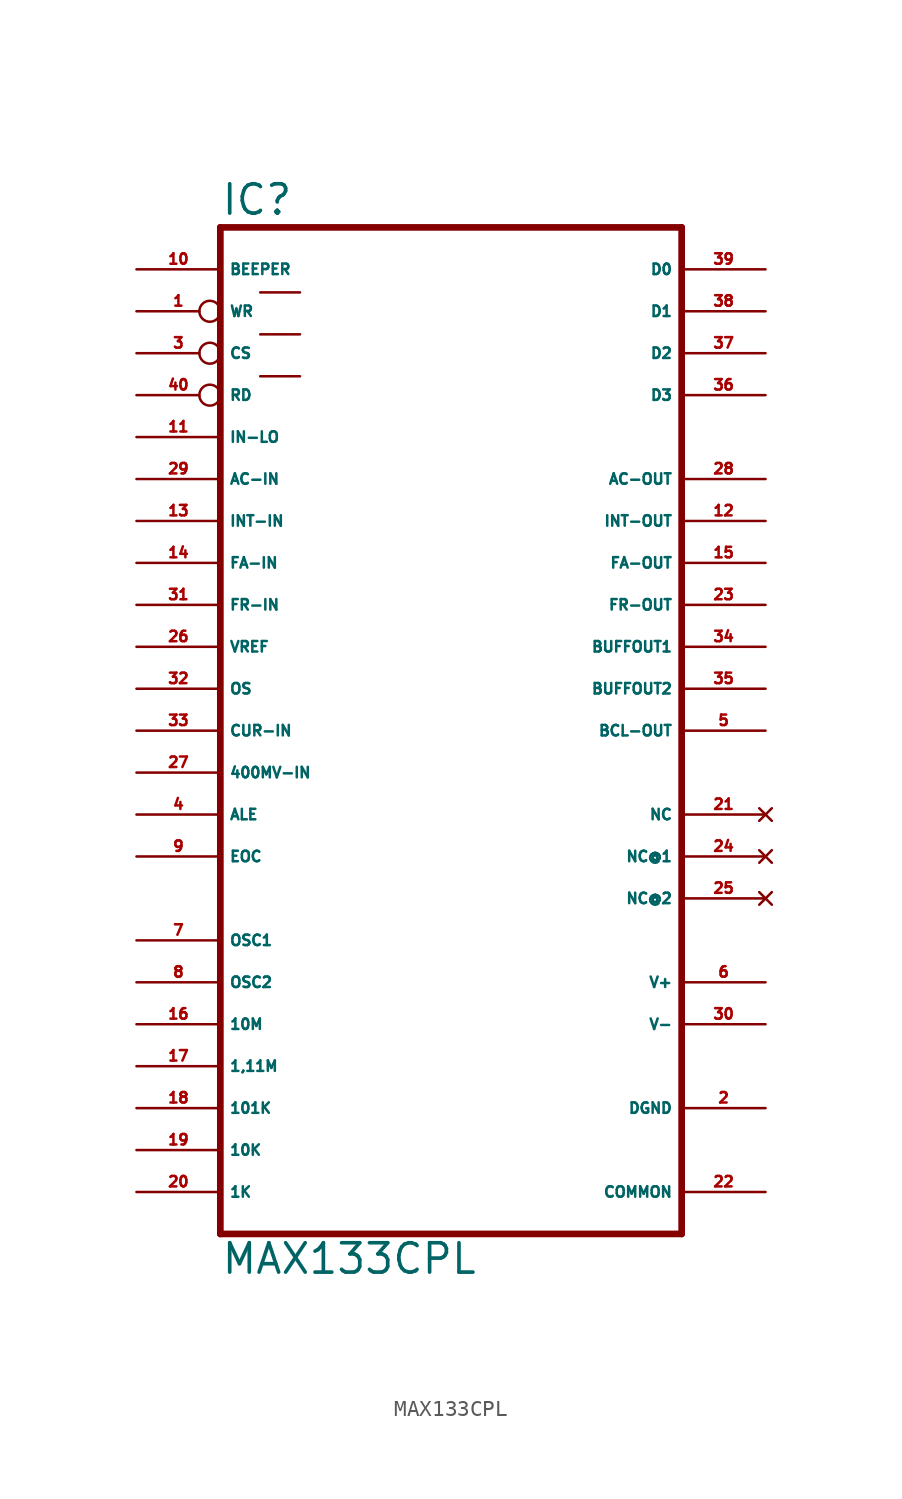
<source format=kicad_sym>
(kicad_symbol_lib
  (version 20220914)
  (generator Eagle2Kicad)
  (symbol "MAX133CPL"
    (property "Reference" "IC"
      (at -15.24 31.115 0)
      (effects (font (size 1.778 1.778) (thickness 0.22)) (justify left bottom)))
    (property "Value" "MAX133CPL"
      (at -15.24 -33.02 0)
      (effects (font (size 1.778 1.778) (thickness 0.22)) (justify left bottom)))
    (polyline
      (pts (xy -15.24 -30.48) (xy 12.7 -30.48))
      (stroke (width 0.406) (type default))
      (fill (type none)))
    (polyline
      (pts (xy 12.7 30.48) (xy 12.7 -30.48))
      (stroke (width 0.406) (type default))
      (fill (type none)))
    (polyline
      (pts (xy 12.7 30.48) (xy -15.24 30.48))
      (stroke (width 0.406) (type default))
      (fill (type none)))
    (polyline
      (pts (xy -15.24 -30.48) (xy -15.24 30.48))
      (stroke (width 0.406) (type default))
      (fill (type none)))
    (polyline
      (pts (xy -12.827 21.463) (xy -10.414 21.463))
      (stroke (width 0.152) (type default))
      (fill (type none)))
    (polyline
      (pts (xy -12.827 24.003) (xy -10.414 24.003))
      (stroke (width 0.152) (type default))
      (fill (type none)))
    (polyline
      (pts (xy -12.827 26.543) (xy -10.414 26.543))
      (stroke (width 0.152) (type default))
      (fill (type none)))
    (pin output line
      (at 17.78 27.94 180)
      (length 5.08)
      (name "D0" (effects (font (size 0.635 0.635) (thickness 0.08)) (justify left bottom)))
      (number "39" (effects (font (size 0.635 0.635) (thickness 0.08)) (justify left bottom))))
    (pin output line
      (at 17.78 25.4 180)
      (length 5.08)
      (name "D1" (effects (font (size 0.635 0.635) (thickness 0.08)) (justify left bottom)))
      (number "38" (effects (font (size 0.635 0.635) (thickness 0.08)) (justify left bottom))))
    (pin output line
      (at 17.78 22.86 180)
      (length 5.08)
      (name "D2" (effects (font (size 0.635 0.635) (thickness 0.08)) (justify left bottom)))
      (number "37" (effects (font (size 0.635 0.635) (thickness 0.08)) (justify left bottom))))
    (pin output line
      (at 17.78 20.32 180)
      (length 5.08)
      (name "D3" (effects (font (size 0.635 0.635) (thickness 0.08)) (justify left bottom)))
      (number "36" (effects (font (size 0.635 0.635) (thickness 0.08)) (justify left bottom))))
    (pin output line
      (at 17.78 15.24 180)
      (length 5.08)
      (name "AC-OUT" (effects (font (size 0.635 0.635) (thickness 0.08)) (justify left bottom)))
      (number "28" (effects (font (size 0.635 0.635) (thickness 0.08)) (justify left bottom))))
    (pin output line
      (at 17.78 12.7 180)
      (length 5.08)
      (name "INT-OUT" (effects (font (size 0.635 0.635) (thickness 0.08)) (justify left bottom)))
      (number "12" (effects (font (size 0.635 0.635) (thickness 0.08)) (justify left bottom))))
    (pin output line
      (at 17.78 10.16 180)
      (length 5.08)
      (name "FA-OUT" (effects (font (size 0.635 0.635) (thickness 0.08)) (justify left bottom)))
      (number "15" (effects (font (size 0.635 0.635) (thickness 0.08)) (justify left bottom))))
    (pin output line
      (at 17.78 7.62 180)
      (length 5.08)
      (name "FR-OUT" (effects (font (size 0.635 0.635) (thickness 0.08)) (justify left bottom)))
      (number "23" (effects (font (size 0.635 0.635) (thickness 0.08)) (justify left bottom))))
    (pin output line
      (at 17.78 5.08 180)
      (length 5.08)
      (name "BUFFOUT1" (effects (font (size 0.635 0.635) (thickness 0.08)) (justify left bottom)))
      (number "34" (effects (font (size 0.635 0.635) (thickness 0.08)) (justify left bottom))))
    (pin output line
      (at 17.78 2.54 180)
      (length 5.08)
      (name "BUFFOUT2" (effects (font (size 0.635 0.635) (thickness 0.08)) (justify left bottom)))
      (number "35" (effects (font (size 0.635 0.635) (thickness 0.08)) (justify left bottom))))
    (pin output line
      (at 17.78 0 180)
      (length 5.08)
      (name "BCL-OUT" (effects (font (size 0.635 0.635) (thickness 0.08)) (justify left bottom)))
      (number "5" (effects (font (size 0.635 0.635) (thickness 0.08)) (justify left bottom))))
    (pin input line
      (at -20.32 15.24 0)
      (length 5.08)
      (name "AC-IN" (effects (font (size 0.635 0.635) (thickness 0.08)) (justify left bottom)))
      (number "29" (effects (font (size 0.635 0.635) (thickness 0.08)) (justify left bottom))))
    (pin input line
      (at -20.32 12.7 0)
      (length 5.08)
      (name "INT-IN" (effects (font (size 0.635 0.635) (thickness 0.08)) (justify left bottom)))
      (number "13" (effects (font (size 0.635 0.635) (thickness 0.08)) (justify left bottom))))
    (pin input line
      (at -20.32 10.16 0)
      (length 5.08)
      (name "FA-IN" (effects (font (size 0.635 0.635) (thickness 0.08)) (justify left bottom)))
      (number "14" (effects (font (size 0.635 0.635) (thickness 0.08)) (justify left bottom))))
    (pin input line
      (at -20.32 17.78 0)
      (length 5.08)
      (name "IN-LO" (effects (font (size 0.635 0.635) (thickness 0.08)) (justify left bottom)))
      (number "11" (effects (font (size 0.635 0.635) (thickness 0.08)) (justify left bottom))))
    (pin input line
      (at -20.32 27.94 0)
      (length 5.08)
      (name "BEEPER" (effects (font (size 0.635 0.635) (thickness 0.08)) (justify left bottom)))
      (number "10" (effects (font (size 0.635 0.635) (thickness 0.08)) (justify left bottom))))
    (pin input inverted
      (at -20.32 25.4 0)
      (length 5.08)
      (name "WR" (effects (font (size 0.635 0.635) (thickness 0.08)) (justify left bottom)))
      (number "1" (effects (font (size 0.635 0.635) (thickness 0.08)) (justify left bottom))))
    (pin input inverted
      (at -20.32 22.86 0)
      (length 5.08)
      (name "CS" (effects (font (size 0.635 0.635) (thickness 0.08)) (justify left bottom)))
      (number "3" (effects (font (size 0.635 0.635) (thickness 0.08)) (justify left bottom))))
    (pin input inverted
      (at -20.32 20.32 0)
      (length 5.08)
      (name "RD" (effects (font (size 0.635 0.635) (thickness 0.08)) (justify left bottom)))
      (number "40" (effects (font (size 0.635 0.635) (thickness 0.08)) (justify left bottom))))
    (pin input line
      (at -20.32 7.62 0)
      (length 5.08)
      (name "FR-IN" (effects (font (size 0.635 0.635) (thickness 0.08)) (justify left bottom)))
      (number "31" (effects (font (size 0.635 0.635) (thickness 0.08)) (justify left bottom))))
    (pin passive line
      (at -20.32 -12.7 0)
      (length 5.08)
      (name "OSC1" (effects (font (size 0.635 0.635) (thickness 0.08)) (justify left bottom)))
      (number "7" (effects (font (size 0.635 0.635) (thickness 0.08)) (justify left bottom))))
    (pin passive line
      (at -20.32 -15.24 0)
      (length 5.08)
      (name "OSC2" (effects (font (size 0.635 0.635) (thickness 0.08)) (justify left bottom)))
      (number "8" (effects (font (size 0.635 0.635) (thickness 0.08)) (justify left bottom))))
    (pin passive line
      (at -20.32 -17.78 0)
      (length 5.08)
      (name "10M" (effects (font (size 0.635 0.635) (thickness 0.08)) (justify left bottom)))
      (number "16" (effects (font (size 0.635 0.635) (thickness 0.08)) (justify left bottom))))
    (pin passive line
      (at -20.32 -20.32 0)
      (length 5.08)
      (name "1,11M" (effects (font (size 0.635 0.635) (thickness 0.08)) (justify left bottom)))
      (number "17" (effects (font (size 0.635 0.635) (thickness 0.08)) (justify left bottom))))
    (pin passive line
      (at -20.32 -22.86 0)
      (length 5.08)
      (name "101K" (effects (font (size 0.635 0.635) (thickness 0.08)) (justify left bottom)))
      (number "18" (effects (font (size 0.635 0.635) (thickness 0.08)) (justify left bottom))))
    (pin passive line
      (at -20.32 -25.4 0)
      (length 5.08)
      (name "10K" (effects (font (size 0.635 0.635) (thickness 0.08)) (justify left bottom)))
      (number "19" (effects (font (size 0.635 0.635) (thickness 0.08)) (justify left bottom))))
    (pin passive line
      (at -20.32 -27.94 0)
      (length 5.08)
      (name "1K" (effects (font (size 0.635 0.635) (thickness 0.08)) (justify left bottom)))
      (number "20" (effects (font (size 0.635 0.635) (thickness 0.08)) (justify left bottom))))
    (pin input line
      (at -20.32 5.08 0)
      (length 5.08)
      (name "VREF" (effects (font (size 0.635 0.635) (thickness 0.08)) (justify left bottom)))
      (number "26" (effects (font (size 0.635 0.635) (thickness 0.08)) (justify left bottom))))
    (pin unspecified line
      (at 17.78 -17.78 180)
      (length 5.08)
      (name "V-" (effects (font (size 0.635 0.635) (thickness 0.08)) (justify left bottom)))
      (number "30" (effects (font (size 0.635 0.635) (thickness 0.08)) (justify left bottom))))
    (pin unspecified line
      (at 17.78 -15.24 180)
      (length 5.08)
      (name "V+" (effects (font (size 0.635 0.635) (thickness 0.08)) (justify left bottom)))
      (number "6" (effects (font (size 0.635 0.635) (thickness 0.08)) (justify left bottom))))
    (pin no_connect line
      (at 17.78 -5.08 180)
      (length 5.08)
      (name "NC" (effects (font (size 0.635 0.635) (thickness 0.08)) (justify left bottom) hide))
      (number "21" (effects (font (size 0.635 0.635) (thickness 0.08)) (justify left bottom) hide)))
    (pin no_connect line
      (at 17.78 -7.62 180)
      (length 5.08)
      (name "NC@1" (effects (font (size 0.635 0.635) (thickness 0.08)) (justify left bottom) hide))
      (number "24" (effects (font (size 0.635 0.635) (thickness 0.08)) (justify left bottom) hide)))
    (pin no_connect line
      (at 17.78 -10.16 180)
      (length 5.08)
      (name "NC@2" (effects (font (size 0.635 0.635) (thickness 0.08)) (justify left bottom) hide))
      (number "25" (effects (font (size 0.635 0.635) (thickness 0.08)) (justify left bottom) hide)))
    (pin unspecified line
      (at 17.78 -22.86 180)
      (length 5.08)
      (name "DGND" (effects (font (size 0.635 0.635) (thickness 0.08)) (justify left bottom)))
      (number "2" (effects (font (size 0.635 0.635) (thickness 0.08)) (justify left bottom))))
    (pin input line
      (at -20.32 0 0)
      (length 5.08)
      (name "CUR-IN" (effects (font (size 0.635 0.635) (thickness 0.08)) (justify left bottom)))
      (number "33" (effects (font (size 0.635 0.635) (thickness 0.08)) (justify left bottom))))
    (pin input line
      (at -20.32 2.54 0)
      (length 5.08)
      (name "OS" (effects (font (size 0.635 0.635) (thickness 0.08)) (justify left bottom)))
      (number "32" (effects (font (size 0.635 0.635) (thickness 0.08)) (justify left bottom))))
    (pin input line
      (at -20.32 -2.54 0)
      (length 5.08)
      (name "400MV-IN" (effects (font (size 0.635 0.635) (thickness 0.08)) (justify left bottom)))
      (number "27" (effects (font (size 0.635 0.635) (thickness 0.08)) (justify left bottom))))
    (pin unspecified line
      (at 17.78 -27.94 180)
      (length 5.08)
      (name "COMMON" (effects (font (size 0.635 0.635) (thickness 0.08)) (justify left bottom)))
      (number "22" (effects (font (size 0.635 0.635) (thickness 0.08)) (justify left bottom))))
    (pin input line
      (at -20.32 -5.08 0)
      (length 5.08)
      (name "ALE" (effects (font (size 0.635 0.635) (thickness 0.08)) (justify left bottom)))
      (number "4" (effects (font (size 0.635 0.635) (thickness 0.08)) (justify left bottom))))
    (pin input line
      (at -20.32 -7.62 0)
      (length 5.08)
      (name "EOC" (effects (font (size 0.635 0.635) (thickness 0.08)) (justify left bottom)))
      (number "9" (effects (font (size 0.635 0.635) (thickness 0.08)) (justify left bottom))))))
</source>
